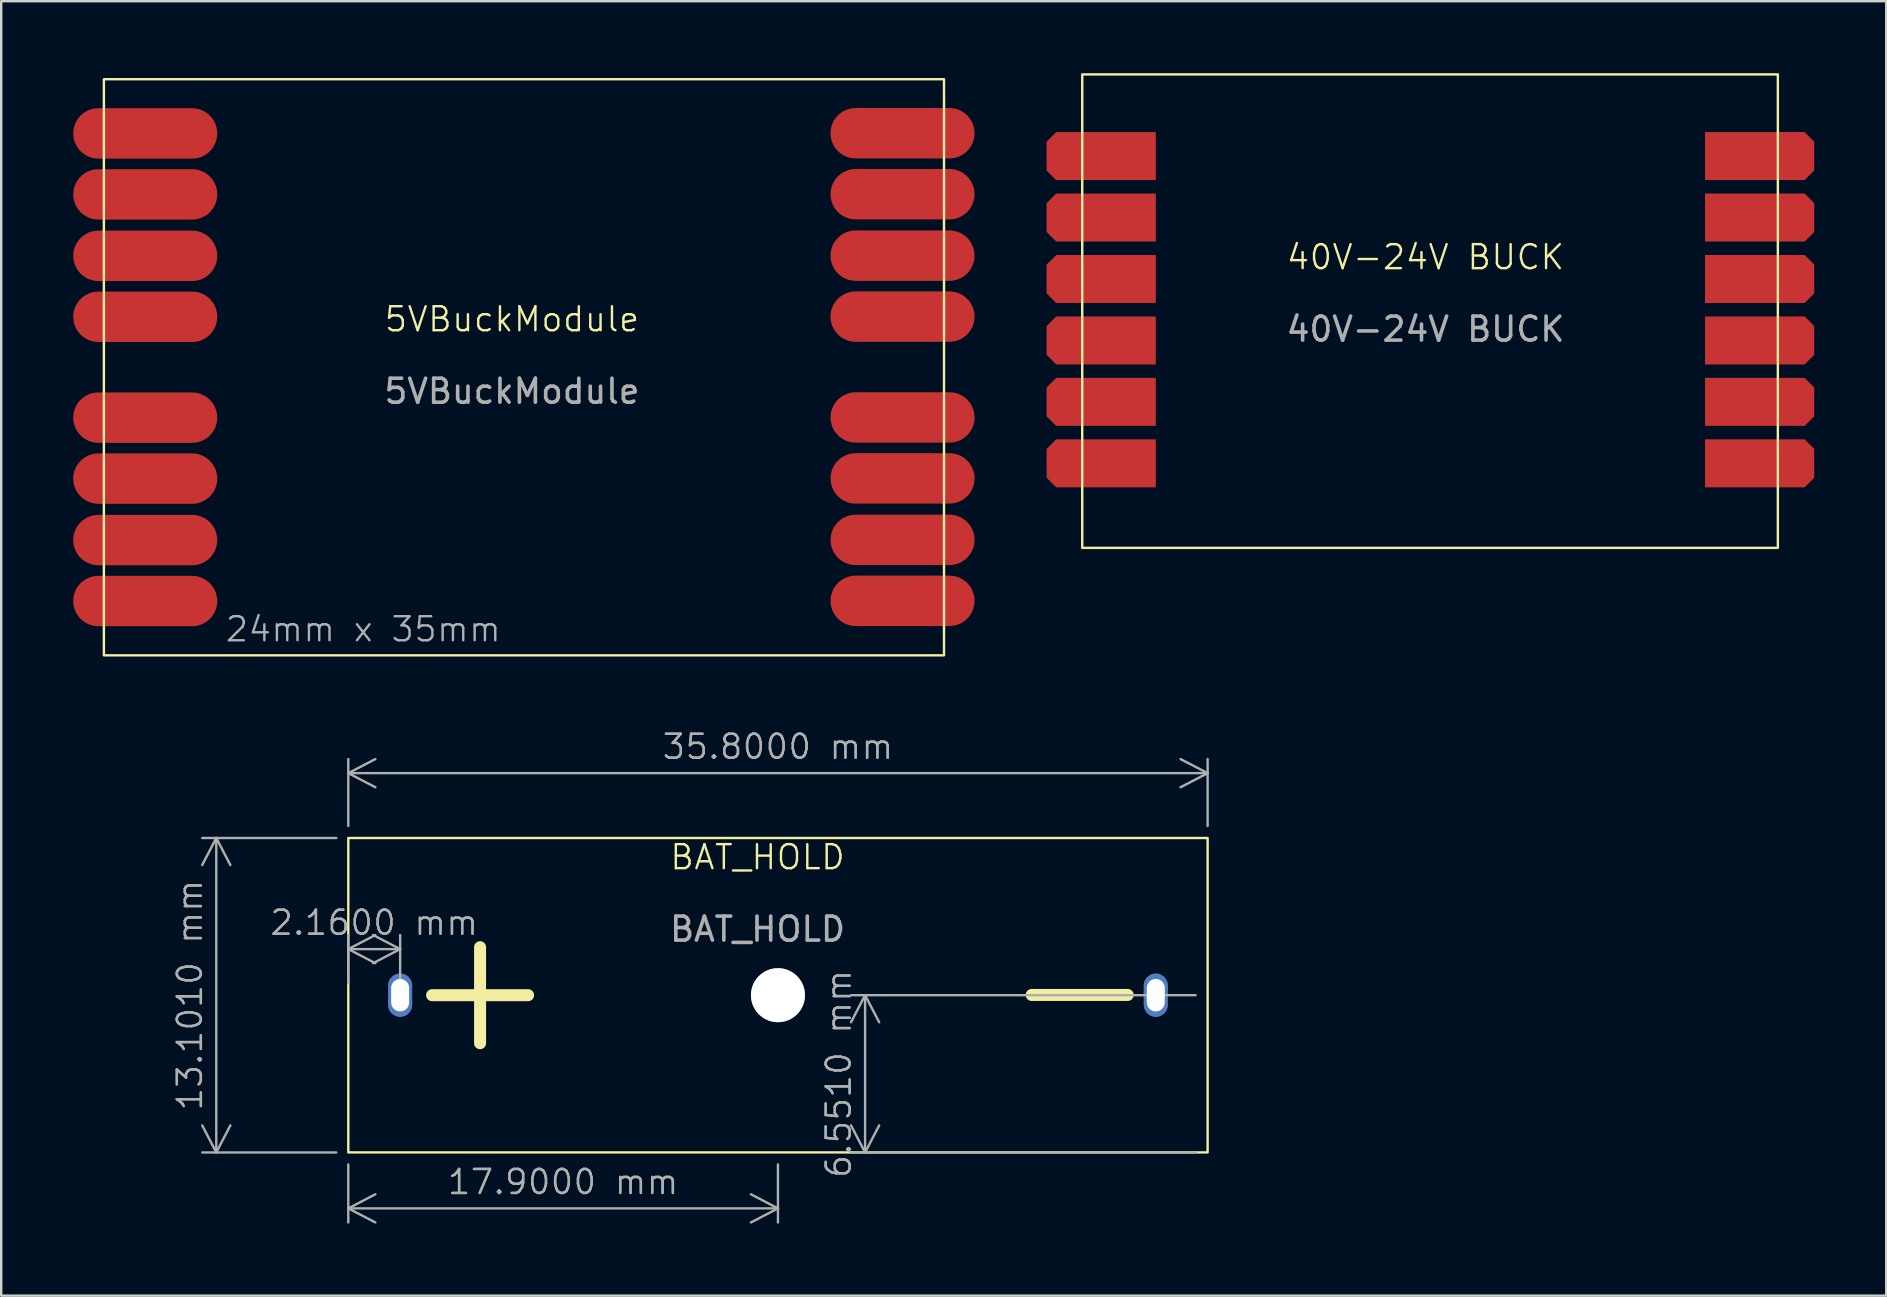
<source format=kicad_pcb>
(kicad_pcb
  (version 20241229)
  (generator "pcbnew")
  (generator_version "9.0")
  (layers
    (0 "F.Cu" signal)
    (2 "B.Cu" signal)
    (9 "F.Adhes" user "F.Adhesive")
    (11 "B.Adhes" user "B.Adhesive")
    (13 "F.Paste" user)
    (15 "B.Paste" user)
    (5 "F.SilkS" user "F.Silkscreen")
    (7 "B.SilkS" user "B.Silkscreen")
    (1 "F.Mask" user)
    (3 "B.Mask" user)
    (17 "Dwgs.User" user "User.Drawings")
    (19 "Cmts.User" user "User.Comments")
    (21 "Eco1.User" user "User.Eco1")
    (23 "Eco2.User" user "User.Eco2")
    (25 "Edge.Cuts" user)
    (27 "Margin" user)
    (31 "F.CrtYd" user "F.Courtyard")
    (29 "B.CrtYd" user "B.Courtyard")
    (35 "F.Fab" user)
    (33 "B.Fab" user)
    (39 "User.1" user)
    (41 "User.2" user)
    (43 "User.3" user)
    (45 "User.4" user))
  (footprint "5VBuckModule"
    (layer "F.Cu")
    (at 1.278 0.25)
    (property "Reference" "5VBuckModule" (at 17 10 0) (unlocked yes) (layer "F.SilkS") (effects (font (size 1 1) (thickness 0.1))))
    (attr smd)
    (fp_rect (start 0 0) (end 35 24) (stroke (width 0.1) (type solid)) (fill no) (layer "F.SilkS"))
    (fp_text user "${REFERENCE}" (at 17 13 0) (unlocked yes) (layer "F.Fab") (effects (font (size 1 1) (thickness 0.15))))
    (fp_text user "24mm x 35mm" (at 5 23.5 0) (unlocked yes) (layer "F.Fab") (effects (font (size 1 1) (thickness 0.1)) (justify left bottom)))
    (pad "1" smd oval (at 1.723 2.258 90) (size 2.1 6) (layers "F.Cu" "F.Mask" "F.Paste"))
    (pad "1" smd oval (at 1.723 4.798 90) (size 2.1 6) (layers "F.Cu" "F.Mask" "F.Paste"))
    (pad "1" smd oval (at 1.723 7.358 90) (size 2.1 6) (layers "F.Cu" "F.Mask" "F.Paste"))
    (pad "1" smd oval (at 1.723 9.898 90) (size 2.1 6) (layers "F.Cu" "F.Mask" "F.Paste"))
    (pad "2" smd oval (at 33.271 2.25 270) (size 2.1 6) (layers "F.Cu" "F.Mask" "F.Paste"))
    (pad "2" smd oval (at 33.271 4.79 270) (size 2.1 6) (layers "F.Cu" "F.Mask" "F.Paste"))
    (pad "2" smd oval (at 33.271 7.35 270) (size 2.1 6) (layers "F.Cu" "F.Mask" "F.Paste"))
    (pad "2" smd oval (at 33.271 9.89 270) (size 2.1 6) (layers "F.Cu" "F.Mask" "F.Paste"))
    (pad "3" smd oval (at 1.722 14.099 90) (size 2.1 6) (layers "F.Cu" "F.Mask" "F.Paste"))
    (pad "3" smd oval (at 1.722 16.639 90) (size 2.1 6) (layers "F.Cu" "F.Mask" "F.Paste"))
    (pad "3" smd oval (at 1.722 19.199 90) (size 2.1 6) (layers "F.Cu" "F.Mask" "F.Paste"))
    (pad "3" smd oval (at 1.722 21.739 90) (size 2.1 6) (layers "F.Cu" "F.Mask" "F.Paste"))
    (pad "3" smd oval (at 33.273 14.091 270) (size 2.1 6) (layers "F.Cu" "F.Mask" "F.Paste"))
    (pad "3" smd oval (at 33.273 16.631 270) (size 2.1 6) (layers "F.Cu" "F.Mask" "F.Paste"))
    (pad "3" smd oval (at 33.273 19.191 270) (size 2.1 6) (layers "F.Cu" "F.Mask" "F.Paste"))
    (pad "3" smd oval (at 33.273 21.731 270) (size 2.1 6) (layers "F.Cu" "F.Mask" "F.Paste")))
  (footprint "40V-24V BUCK"
    (layer "F.Cu")
    (at 56.336 8.163)
    (property "Reference" "40V-24V BUCK" (at 0 -0.5 0) (unlocked yes) (layer "F.SilkS") (effects (font (size 1 1) (thickness 0.1))))
    (attr smd)
    (fp_rect (start -14.3 -8.113) (end 14.68 11.61) (stroke (width 0.1) (type default)) (fill no) (layer "F.SilkS"))
    (fp_text user "${REFERENCE}" (at 0 2.5 0) (unlocked yes) (layer "F.Fab") (effects (font (size 1 1) (thickness 0.15))))
    (pad "1" smd roundrect (at -13.51 -4.71) (size 4.55 2) (layers "F.Cu" "F.Mask" "F.Paste") (roundrect_rratio 0) (chamfer_ratio 0.2) (chamfer top_left bottom_left))
    (pad "2" smd roundrect (at -13.51 -2.15) (size 4.55 2) (layers "F.Cu" "F.Mask" "F.Paste") (roundrect_rratio 0) (chamfer_ratio 0.2) (chamfer top_left bottom_left))
    (pad "3" smd roundrect (at -13.51 0.41) (size 4.55 2) (layers "F.Cu" "F.Mask" "F.Paste") (roundrect_rratio 0) (chamfer_ratio 0.2) (chamfer top_left bottom_left))
    (pad "4" smd roundrect (at -13.51 2.97) (size 4.55 2) (layers "F.Cu" "F.Mask" "F.Paste") (roundrect_rratio 0) (chamfer_ratio 0.2) (chamfer top_left bottom_left))
    (pad "5" smd roundrect (at -13.51 5.53) (size 4.55 2) (layers "F.Cu" "F.Mask" "F.Paste") (roundrect_rratio 0) (chamfer_ratio 0.2) (chamfer top_left bottom_left))
    (pad "6" smd roundrect (at -13.51 8.09) (size 4.55 2) (layers "F.Cu" "F.Mask" "F.Paste") (roundrect_rratio 0) (chamfer_ratio 0.2) (chamfer top_left bottom_left))
    (pad "7" smd roundrect (at 13.92 -4.71 180) (size 4.55 2) (layers "F.Cu" "F.Mask" "F.Paste") (roundrect_rratio 0) (chamfer_ratio 0.2) (chamfer top_left bottom_left))
    (pad "8" smd roundrect (at 13.92 -2.15 180) (size 4.55 2) (layers "F.Cu" "F.Mask" "F.Paste") (roundrect_rratio 0) (chamfer_ratio 0.2) (chamfer top_left bottom_left))
    (pad "9" smd roundrect (at 13.92 0.41 180) (size 4.55 2) (layers "F.Cu" "F.Mask" "F.Paste") (roundrect_rratio 0) (chamfer_ratio 0.2) (chamfer top_left bottom_left))
    (pad "10" smd roundrect (at 13.92 2.97 180) (size 4.55 2) (layers "F.Cu" "F.Mask" "F.Paste") (roundrect_rratio 0) (chamfer_ratio 0.2) (chamfer top_left bottom_left))
    (pad "11" smd roundrect (at 13.92 5.53 180) (size 4.55 2) (layers "F.Cu" "F.Mask" "F.Paste") (roundrect_rratio 0) (chamfer_ratio 0.2) (chamfer top_left bottom_left))
    (pad "12" smd roundrect (at 13.92 8.09 180) (size 4.55 2) (layers "F.Cu" "F.Mask" "F.Paste") (roundrect_rratio 0) (chamfer_ratio 0.2) (chamfer top_left bottom_left)))
  (footprint "BAT_HOLD"
    (layer "F.Cu")
    (at 28.51 33.16)
    (property "Reference" "BAT_HOLD" (at 0 -0.5 0) (unlocked yes) (layer "F.SilkS") (effects (font (size 1 1) (thickness 0.1))))
    (attr smd)
    (fp_line (start -13.56 5.25) (end -9.56 5.25) (stroke (width 0.5) (type default)) (layer "F.SilkS"))
    (fp_line (start -11.56 3.25) (end -11.56 7.25) (stroke (width 0.5) (type default)) (layer "F.SilkS"))
    (fp_line (start 11.42 5.24) (end 15.42 5.24) (stroke (width 0.5) (type default)) (layer "F.SilkS"))
    (fp_rect (start -17.05 -1.3) (end 18.75 11.8) (stroke (width 0.1) (type default)) (fill no) (layer "F.SilkS"))
    (fp_text user "${REFERENCE}" (at 0 2.5 0) (unlocked yes) (layer "F.Fab") (effects (font (size 1 1) (thickness 0.15))))
    (dimension (type aligned) (layer "F.Fab") (pts (xy 11.46 31.86) (xy 47.26 31.86)) (height -2.7) (format (prefix "") (suffix "") (units 3) (units_format 1) (precision 4)) (style (thickness 0.1) (arrow_length 1.27) (text_position_mode 0) (arrow_direction outward) (extension_height 0.586) (extension_offset 0.5) (keep_text_aligned yes)) (gr_text "35.8000 mm" (at 29.36 28.061 0) (layer "F.Fab") (effects (font (size 1 1) (thickness 0.1)))))
    (dimension (type aligned) (layer "F.Fab") (pts (xy 11.46 31.86) (xy 11.46 44.961)) (height 5.5) (format (prefix "") (suffix "") (units 3) (units_format 1) (precision 4)) (style (thickness 0.1) (arrow_length 1.27) (text_position_mode 0) (arrow_direction outward) (extension_height 0.586) (extension_offset 0.5) (keep_text_aligned yes)) (gr_text "13.1000 mm" (at 4.86 38.41 90) (layer "F.Fab") (effects (font (size 1 1) (thickness 0.1)))))
    (dimension (type aligned) (layer "F.Fab") (pts (xy 11.46 38.41) (xy 13.62 38.41)) (height -1.92) (format (prefix "") (suffix "") (units 3) (units_format 1) (precision 4)) (style (thickness 0.1) (arrow_length 1.27) (text_position_mode 0) (arrow_direction outward) (extension_height 0.586) (extension_offset 0.5) (keep_text_aligned yes)) (gr_text "2.1600 mm" (at 12.54 35.391 0) (layer "F.Fab") (effects (font (size 1 1) (thickness 0.1)))))
    (dimension (type aligned) (layer "F.Fab") (pts (xy 11.46 44.961) (xy 29.36 44.961)) (height 2.33) (format (prefix "") (suffix "") (units 3) (units_format 1) (precision 4)) (style (thickness 0.1) (arrow_length 1.27) (text_position_mode 0) (arrow_direction outward) (extension_height 0.586) (extension_offset 0.5) (keep_text_aligned yes)) (gr_text "17.9000 mm" (at 20.41 46.191 0) (layer "F.Fab") (effects (font (size 1 1) (thickness 0.1)))))
    (dimension (type aligned) (layer "F.Fab") (pts (xy 47.26 44.961) (xy 47.26 38.41)) (height -14.27) (format (prefix "") (suffix "") (units 3) (units_format 1) (precision 4)) (style (thickness 0.1) (arrow_length 1.27) (text_position_mode 0) (arrow_direction outward) (extension_height 0.586) (extension_offset 0.5) (keep_text_aligned yes)) (gr_text "6.5500 mm" (at 31.89 41.685 90) (layer "F.Fab") (effects (font (size 1 1) (thickness 0.1)))))
    (pad "1" thru_hole oval (at -14.89 5.25) (size 1 1.8) (drill oval 0.75 1.35) (layers "*.Cu" "*.Mask"))
    (pad "2" thru_hole oval (at 16.59 5.25) (size 1 1.8) (drill oval 0.75 1.35) (layers "*.Cu" "*.Mask"))
    (pad "3" thru_hole circle (at 0.85 5.25) (size 2.25 2.25) (drill 2.25) (layers "*.Cu" "*.Mask")))
  (gr_rect
    (start -3 -3)
    (end 75.531 50.927)
    (stroke (width 0.1) (type default))
    (fill no)
    (layer "Edge.Cuts")))
</source>
